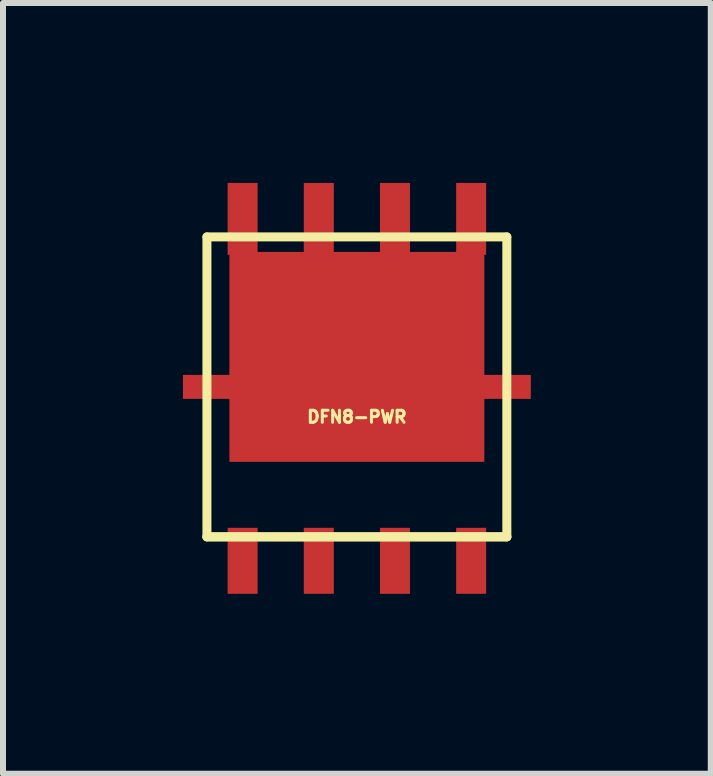
<source format=kicad_pcb>
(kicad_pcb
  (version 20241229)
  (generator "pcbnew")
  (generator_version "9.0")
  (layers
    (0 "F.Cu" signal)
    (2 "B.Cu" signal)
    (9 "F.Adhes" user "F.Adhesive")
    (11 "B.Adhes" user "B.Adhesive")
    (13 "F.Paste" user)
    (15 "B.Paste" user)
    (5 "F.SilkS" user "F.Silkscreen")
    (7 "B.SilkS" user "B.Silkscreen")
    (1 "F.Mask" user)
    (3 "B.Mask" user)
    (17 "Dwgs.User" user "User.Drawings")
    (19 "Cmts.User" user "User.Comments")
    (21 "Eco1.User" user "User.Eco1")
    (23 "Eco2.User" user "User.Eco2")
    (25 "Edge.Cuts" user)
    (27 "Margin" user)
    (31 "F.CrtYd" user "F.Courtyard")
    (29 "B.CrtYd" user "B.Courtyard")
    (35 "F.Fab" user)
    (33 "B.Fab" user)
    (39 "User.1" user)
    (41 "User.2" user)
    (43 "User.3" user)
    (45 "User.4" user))
  (footprint "DFN8-PWR"
    (layer "F.Cu")
    (at 2.9 3.4)
    (property "Reference" "DFN8-PWR" (at 0 0.5 0) (layer "F.SilkS") (effects (font (size 0.2 0.2) (thickness 0.05))))
    (attr through_hole)
    (fp_line (start -2.5 -2.5) (end -2.5 2.5) (stroke (width 0.15) (type solid)) (layer "F.SilkS"))
    (fp_line (start -2.5 2.5) (end 2.5 2.5) (stroke (width 0.15) (type solid)) (layer "F.SilkS"))
    (fp_line (start -2.5 2.5) (end 2.5 2.5) (stroke (width 0.15) (type solid)) (layer "F.SilkS"))
    (fp_line (start 2.5 -2.5) (end -2.5 -2.5) (stroke (width 0.15) (type solid)) (layer "F.SilkS"))
    (fp_line (start 2.5 2.5) (end 2.5 -2.5) (stroke (width 0.15) (type solid)) (layer "F.SilkS"))
    (pad "1" smd rect (at 1.905 2.9) (size 0.5 1.1) (layers "F.Cu" "F.Mask" "F.Paste"))
    (pad "2" smd rect (at -2.5 0 90) (size 0.4 0.8) (layers "F.Cu" "F.Mask" "F.Paste"))
    (pad "2" smd rect (at -1.905 -2.8) (size 0.5 1.2) (layers "F.Cu" "F.Mask" "F.Paste"))
    (pad "2" smd rect (at -0.635 -2.8) (size 0.5 1.2) (layers "F.Cu" "F.Mask" "F.Paste"))
    (pad "2" smd rect (at 0 -0.5) (size 4.25 3.5) (layers "F.Cu" "F.Mask" "F.Paste"))
    (pad "2" smd rect (at 0.635 -2.8) (size 0.5 1.2) (layers "F.Cu" "F.Mask" "F.Paste"))
    (pad "2" smd rect (at 1.905 -2.8) (size 0.5 1.2) (layers "F.Cu" "F.Mask" "F.Paste"))
    (pad "2" smd rect (at 2.5 0 90) (size 0.4 0.8) (layers "F.Cu" "F.Mask" "F.Paste"))
    (pad "3" smd rect (at -1.905 2.9) (size 0.5 1.1) (layers "F.Cu" "F.Mask" "F.Paste"))
    (pad "3" smd rect (at -0.635 2.9) (size 0.5 1.1) (layers "F.Cu" "F.Mask" "F.Paste"))
    (pad "3" smd rect (at 0.635 2.9) (size 0.5 1.1) (layers "F.Cu" "F.Mask" "F.Paste")))
  (gr_rect
    (start -3 -3)
    (end 8.8 9.85)
    (stroke (width 0.1) (type default))
    (fill no)
    (layer "Edge.Cuts")))
</source>
